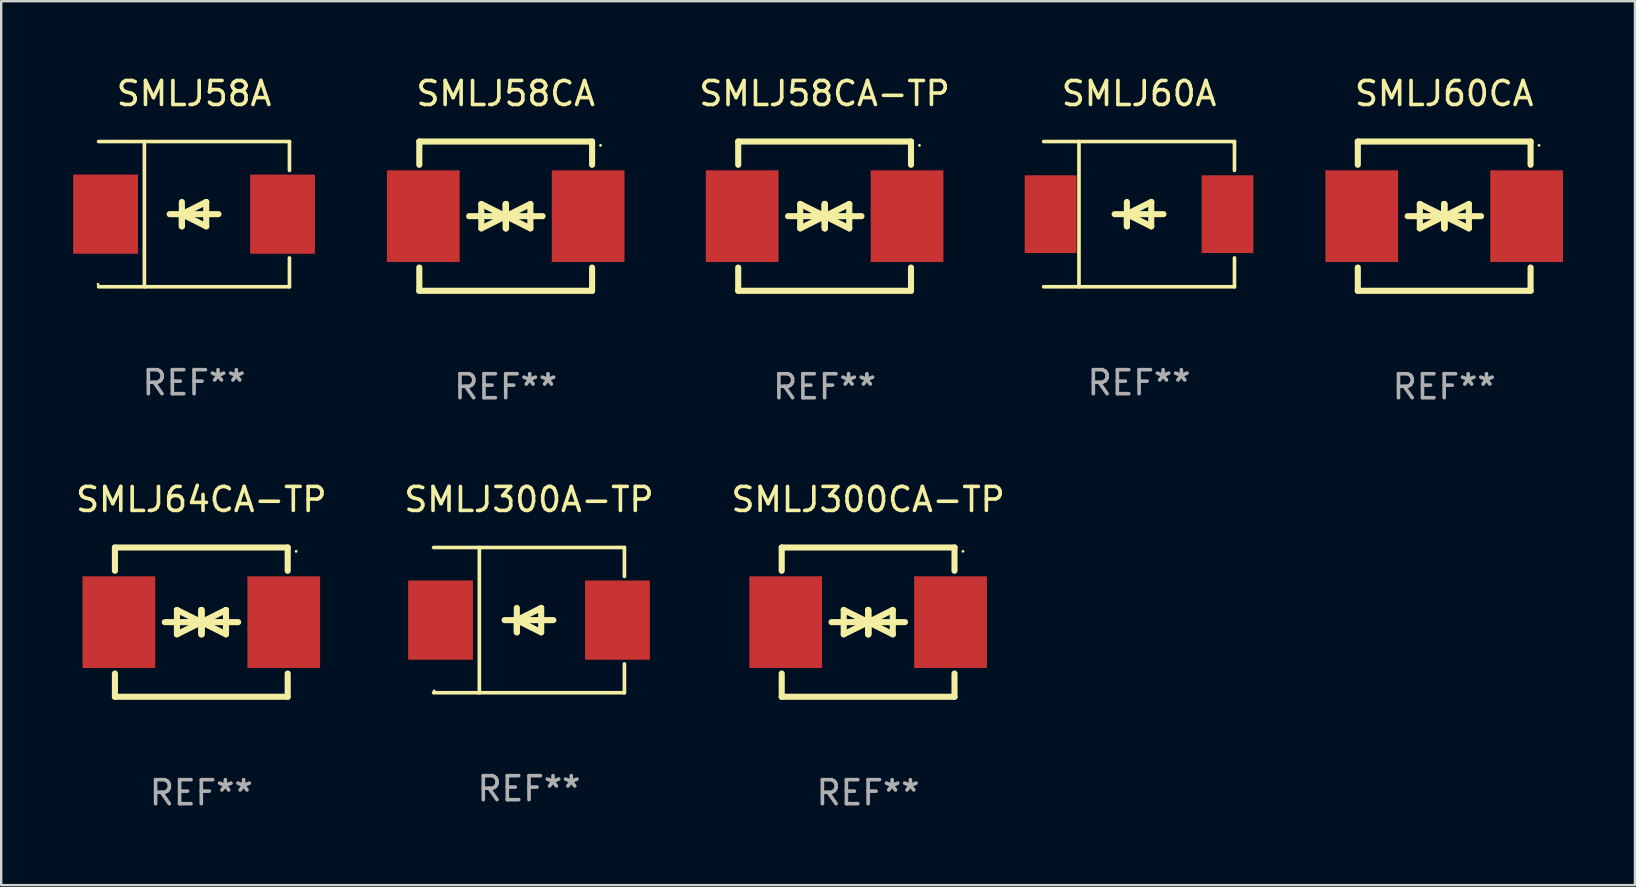
<source format=kicad_pcb>
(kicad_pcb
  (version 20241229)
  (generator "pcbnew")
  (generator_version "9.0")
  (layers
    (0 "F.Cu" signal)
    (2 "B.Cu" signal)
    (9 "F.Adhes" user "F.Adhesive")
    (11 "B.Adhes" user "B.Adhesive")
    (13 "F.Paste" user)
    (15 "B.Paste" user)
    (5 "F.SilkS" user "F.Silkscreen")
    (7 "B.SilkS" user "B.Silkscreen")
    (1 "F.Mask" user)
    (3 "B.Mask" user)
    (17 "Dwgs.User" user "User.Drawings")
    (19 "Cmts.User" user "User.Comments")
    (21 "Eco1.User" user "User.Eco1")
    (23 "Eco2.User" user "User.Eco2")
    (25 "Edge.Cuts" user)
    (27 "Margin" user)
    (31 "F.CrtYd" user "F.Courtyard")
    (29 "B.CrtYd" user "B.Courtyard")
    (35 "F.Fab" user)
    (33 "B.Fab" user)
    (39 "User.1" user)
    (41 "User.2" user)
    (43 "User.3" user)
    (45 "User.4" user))
  (footprint "SMLJ58CA"
    (layer "F.Cu")
    (at 18.023 5.958)
    (property "Reference" "SMLJ58CA" (at 0 -5.11 0) (layer "F.SilkS") (effects (font (size 1 1) (thickness 0.15))))
    (attr through_hole)
    (fp_line (start -3.6 -2.141) (end -3.6 -3.11) (stroke (width 0.254) (type solid)) (layer "F.SilkS"))
    (fp_line (start -3.6 3.11) (end -3.6 2.141) (stroke (width 0.254) (type solid)) (layer "F.SilkS"))
    (fp_line (start -1.524 0) (end 0.508 0) (stroke (width 0.254) (type solid)) (layer "F.SilkS"))
    (fp_line (start -1.016 -0.508) (end -1.016 0.508) (stroke (width 0.254) (type solid)) (layer "F.SilkS"))
    (fp_line (start -1.016 0.508) (end 0 0) (stroke (width 0.254) (type solid)) (layer "F.SilkS"))
    (fp_line (start 0 -0.508) (end 0 0.508) (stroke (width 0.254) (type solid)) (layer "F.SilkS"))
    (fp_line (start 0 0) (end -1.016 -0.508) (stroke (width 0.254) (type solid)) (layer "F.SilkS"))
    (fp_line (start 0 0) (end 0 -0.508) (stroke (width 0.254) (type solid)) (layer "F.SilkS"))
    (fp_line (start 0.012 0) (end 0.012 0.508) (stroke (width 0.254) (type solid)) (layer "F.SilkS"))
    (fp_line (start 0.012 0) (end 1.028 0.508) (stroke (width 0.254) (type solid)) (layer "F.SilkS"))
    (fp_line (start 0.012 0.508) (end 0.012 -0.508) (stroke (width 0.254) (type solid)) (layer "F.SilkS"))
    (fp_line (start 1.028 -0.508) (end 0.012 0) (stroke (width 0.254) (type solid)) (layer "F.SilkS"))
    (fp_line (start 1.028 0.508) (end 1.028 -0.508) (stroke (width 0.254) (type solid)) (layer "F.SilkS"))
    (fp_line (start 1.536 0) (end -0.496 0) (stroke (width 0.254) (type solid)) (layer "F.SilkS"))
    (fp_line (start 3.6 -3.11) (end -3.6 -3.11) (stroke (width 0.254) (type solid)) (layer "F.SilkS"))
    (fp_line (start 3.6 -2.141) (end 3.6 -3.11) (stroke (width 0.254) (type solid)) (layer "F.SilkS"))
    (fp_line (start 3.6 3.11) (end -3.6 3.11) (stroke (width 0.254) (type solid)) (layer "F.SilkS"))
    (fp_line (start 3.6 3.11) (end 3.6 2.141) (stroke (width 0.254) (type solid)) (layer "F.SilkS"))
    (fp_circle (center 3.952 -2.95) (end 3.982 -2.95) (stroke (width 0.06) (type solid)) (fill no) (layer "F.SilkS"))
    (fp_text user "REF**" (at 0 7.11 0) (layer "F.Fab") (effects (font (size 1 1) (thickness 0.15))))
    (pad "1" smd rect (at 3.435 0) (size 3.03 3.82) (layers "F.Cu" "F.Mask" "F.Paste"))
    (pad "2" smd rect (at -3.435 0) (size 3.03 3.82) (layers "F.Cu" "F.Mask" "F.Paste")))
  (footprint "SMLJ58A"
    (layer "F.Cu")
    (at 5.036 5.874)
    (property "Reference" "SMLJ58A" (at 0 -5.026 0) (layer "F.SilkS") (effects (font (size 1 1) (thickness 0.15))))
    (attr through_hole)
    (fp_line (start -3.976 -3.026) (end 3.976 -3.026) (stroke (width 0.152) (type solid)) (layer "F.SilkS"))
    (fp_line (start -3.976 3.026) (end 3.976 3.026) (stroke (width 0.152) (type solid)) (layer "F.SilkS"))
    (fp_line (start -2.069 -3.026) (end -2.069 3.026) (stroke (width 0.152) (type solid)) (layer "F.SilkS"))
    (fp_line (start -0.508 0) (end -0.508 0.508) (stroke (width 0.254) (type solid)) (layer "F.SilkS"))
    (fp_line (start -0.508 0) (end 0.508 0.508) (stroke (width 0.254) (type solid)) (layer "F.SilkS"))
    (fp_line (start -0.508 0.508) (end -0.508 -0.508) (stroke (width 0.254) (type solid)) (layer "F.SilkS"))
    (fp_line (start 0.508 -0.508) (end -0.508 0) (stroke (width 0.254) (type solid)) (layer "F.SilkS"))
    (fp_line (start 0.508 0.508) (end 0.508 -0.508) (stroke (width 0.254) (type solid)) (layer "F.SilkS"))
    (fp_line (start 1.016 0) (end -1.016 0) (stroke (width 0.254) (type solid)) (layer "F.SilkS"))
    (fp_line (start 3.976 -3.026) (end 3.976 -1.823) (stroke (width 0.152) (type solid)) (layer "F.SilkS"))
    (fp_line (start 3.976 3.026) (end 3.976 1.823) (stroke (width 0.152) (type solid)) (layer "F.SilkS"))
    (fp_circle (center -4.001 2.921) (end -3.971 2.921) (stroke (width 0.06) (type solid)) (fill no) (layer "F.SilkS"))
    (fp_text user "REF**" (at 0 7.026 0) (layer "F.Fab") (effects (font (size 1 1) (thickness 0.15))))
    (pad "1" smd rect (at -3.686 0) (size 2.7 3.3) (layers "F.Cu" "F.Mask" "F.Paste"))
    (pad "2" smd rect (at 3.686 0) (size 2.7 3.3) (layers "F.Cu" "F.Mask" "F.Paste")))
  (footprint "SMLJ64CA-TP"
    (layer "F.Cu")
    (at 5.339 22.875)
    (property "Reference" "SMLJ64CA-TP" (at 0 -5.11 0) (layer "F.SilkS") (effects (font (size 1 1) (thickness 0.15))))
    (attr through_hole)
    (fp_line (start -3.6 -2.141) (end -3.6 -3.11) (stroke (width 0.254) (type solid)) (layer "F.SilkS"))
    (fp_line (start -3.6 3.11) (end -3.6 2.141) (stroke (width 0.254) (type solid)) (layer "F.SilkS"))
    (fp_line (start -1.524 0) (end 0.508 0) (stroke (width 0.254) (type solid)) (layer "F.SilkS"))
    (fp_line (start -1.016 -0.508) (end -1.016 0.508) (stroke (width 0.254) (type solid)) (layer "F.SilkS"))
    (fp_line (start -1.016 0.508) (end 0 0) (stroke (width 0.254) (type solid)) (layer "F.SilkS"))
    (fp_line (start 0 -0.508) (end 0 0.508) (stroke (width 0.254) (type solid)) (layer "F.SilkS"))
    (fp_line (start 0 0) (end -1.016 -0.508) (stroke (width 0.254) (type solid)) (layer "F.SilkS"))
    (fp_line (start 0 0) (end 0 -0.508) (stroke (width 0.254) (type solid)) (layer "F.SilkS"))
    (fp_line (start 0.012 0) (end 0.012 0.508) (stroke (width 0.254) (type solid)) (layer "F.SilkS"))
    (fp_line (start 0.012 0) (end 1.028 0.508) (stroke (width 0.254) (type solid)) (layer "F.SilkS"))
    (fp_line (start 0.012 0.508) (end 0.012 -0.508) (stroke (width 0.254) (type solid)) (layer "F.SilkS"))
    (fp_line (start 1.028 -0.508) (end 0.012 0) (stroke (width 0.254) (type solid)) (layer "F.SilkS"))
    (fp_line (start 1.028 0.508) (end 1.028 -0.508) (stroke (width 0.254) (type solid)) (layer "F.SilkS"))
    (fp_line (start 1.536 0) (end -0.496 0) (stroke (width 0.254) (type solid)) (layer "F.SilkS"))
    (fp_line (start 3.6 -3.11) (end -3.6 -3.11) (stroke (width 0.254) (type solid)) (layer "F.SilkS"))
    (fp_line (start 3.6 -2.141) (end 3.6 -3.11) (stroke (width 0.254) (type solid)) (layer "F.SilkS"))
    (fp_line (start 3.6 3.11) (end -3.6 3.11) (stroke (width 0.254) (type solid)) (layer "F.SilkS"))
    (fp_line (start 3.6 3.11) (end 3.6 2.141) (stroke (width 0.254) (type solid)) (layer "F.SilkS"))
    (fp_circle (center 3.952 -2.95) (end 3.982 -2.95) (stroke (width 0.06) (type solid)) (fill no) (layer "F.SilkS"))
    (fp_text user "REF**" (at 0 7.11 0) (layer "F.Fab") (effects (font (size 1 1) (thickness 0.15))))
    (pad "1" smd rect (at 3.435 0) (size 3.03 3.82) (layers "F.Cu" "F.Mask" "F.Paste"))
    (pad "2" smd rect (at -3.435 0) (size 3.03 3.82) (layers "F.Cu" "F.Mask" "F.Paste")))
  (footprint "SMLJ300CA-TP"
    (layer "F.Cu")
    (at 33.125 22.875)
    (property "Reference" "SMLJ300CA-TP" (at 0 -5.11 0) (layer "F.SilkS") (effects (font (size 1 1) (thickness 0.15))))
    (attr through_hole)
    (fp_line (start -3.6 -2.141) (end -3.6 -3.11) (stroke (width 0.254) (type solid)) (layer "F.SilkS"))
    (fp_line (start -3.6 3.11) (end -3.6 2.141) (stroke (width 0.254) (type solid)) (layer "F.SilkS"))
    (fp_line (start -1.524 0) (end 0.508 0) (stroke (width 0.254) (type solid)) (layer "F.SilkS"))
    (fp_line (start -1.016 -0.508) (end -1.016 0.508) (stroke (width 0.254) (type solid)) (layer "F.SilkS"))
    (fp_line (start -1.016 0.508) (end 0 0) (stroke (width 0.254) (type solid)) (layer "F.SilkS"))
    (fp_line (start 0 -0.508) (end 0 0.508) (stroke (width 0.254) (type solid)) (layer "F.SilkS"))
    (fp_line (start 0 0) (end -1.016 -0.508) (stroke (width 0.254) (type solid)) (layer "F.SilkS"))
    (fp_line (start 0 0) (end 0 -0.508) (stroke (width 0.254) (type solid)) (layer "F.SilkS"))
    (fp_line (start 0.012 0) (end 0.012 0.508) (stroke (width 0.254) (type solid)) (layer "F.SilkS"))
    (fp_line (start 0.012 0) (end 1.028 0.508) (stroke (width 0.254) (type solid)) (layer "F.SilkS"))
    (fp_line (start 0.012 0.508) (end 0.012 -0.508) (stroke (width 0.254) (type solid)) (layer "F.SilkS"))
    (fp_line (start 1.028 -0.508) (end 0.012 0) (stroke (width 0.254) (type solid)) (layer "F.SilkS"))
    (fp_line (start 1.028 0.508) (end 1.028 -0.508) (stroke (width 0.254) (type solid)) (layer "F.SilkS"))
    (fp_line (start 1.536 0) (end -0.496 0) (stroke (width 0.254) (type solid)) (layer "F.SilkS"))
    (fp_line (start 3.6 -3.11) (end -3.6 -3.11) (stroke (width 0.254) (type solid)) (layer "F.SilkS"))
    (fp_line (start 3.6 -2.141) (end 3.6 -3.11) (stroke (width 0.254) (type solid)) (layer "F.SilkS"))
    (fp_line (start 3.6 3.11) (end -3.6 3.11) (stroke (width 0.254) (type solid)) (layer "F.SilkS"))
    (fp_line (start 3.6 3.11) (end 3.6 2.141) (stroke (width 0.254) (type solid)) (layer "F.SilkS"))
    (fp_circle (center 3.952 -2.95) (end 3.982 -2.95) (stroke (width 0.06) (type solid)) (fill no) (layer "F.SilkS"))
    (fp_text user "REF**" (at 0 7.11 0) (layer "F.Fab") (effects (font (size 1 1) (thickness 0.15))))
    (pad "1" smd rect (at 3.435 0) (size 3.03 3.82) (layers "F.Cu" "F.Mask" "F.Paste"))
    (pad "2" smd rect (at -3.435 0) (size 3.03 3.82) (layers "F.Cu" "F.Mask" "F.Paste")))
  (footprint "SMLJ60A"
    (layer "F.Cu")
    (at 44.416 5.874)
    (property "Reference" "SMLJ60A" (at 0 -5.026 0) (layer "F.SilkS") (effects (font (size 1 1) (thickness 0.15))))
    (attr through_hole)
    (fp_line (start -3.976 -3.026) (end 3.976 -3.026) (stroke (width 0.152) (type solid)) (layer "F.SilkS"))
    (fp_line (start -3.976 3.026) (end 3.976 3.026) (stroke (width 0.152) (type solid)) (layer "F.SilkS"))
    (fp_line (start -2.504 -3.026) (end -2.504 3.026) (stroke (width 0.152) (type solid)) (layer "F.SilkS"))
    (fp_line (start -0.508 0) (end -0.508 0.508) (stroke (width 0.254) (type solid)) (layer "F.SilkS"))
    (fp_line (start -0.508 0) (end 0.508 0.508) (stroke (width 0.254) (type solid)) (layer "F.SilkS"))
    (fp_line (start -0.508 0.508) (end -0.508 -0.508) (stroke (width 0.254) (type solid)) (layer "F.SilkS"))
    (fp_line (start 0.508 -0.508) (end -0.508 0) (stroke (width 0.254) (type solid)) (layer "F.SilkS"))
    (fp_line (start 0.508 0.508) (end 0.508 -0.508) (stroke (width 0.254) (type solid)) (layer "F.SilkS"))
    (fp_line (start 1.016 0) (end -1.016 0) (stroke (width 0.254) (type solid)) (layer "F.SilkS"))
    (fp_line (start 3.976 -3.026) (end 3.976 -1.823) (stroke (width 0.152) (type solid)) (layer "F.SilkS"))
    (fp_line (start 3.976 3.026) (end 3.976 1.823) (stroke (width 0.152) (type solid)) (layer "F.SilkS"))
    (fp_circle (center 3.95 -2.95) (end 3.98 -2.95) (stroke (width 0.06) (type solid)) (fill no) (layer "F.SilkS"))
    (fp_text user "REF**" (at 0 7.026 0) (layer "F.Fab") (effects (font (size 1 1) (thickness 0.15))))
    (pad "1" smd rect (at 3.686 0 180) (size 2.158 3.24) (layers "F.Cu" "F.Mask" "F.Paste"))
    (pad "2" smd rect (at -3.686 0 180) (size 2.158 3.24) (layers "F.Cu" "F.Mask" "F.Paste")))
  (footprint "SMLJ58CA-TP"
    (layer "F.Cu")
    (at 31.312 5.958)
    (property "Reference" "SMLJ58CA-TP" (at 0 -5.11 0) (layer "F.SilkS") (effects (font (size 1 1) (thickness 0.15))))
    (attr through_hole)
    (fp_line (start -3.6 -2.141) (end -3.6 -3.11) (stroke (width 0.254) (type solid)) (layer "F.SilkS"))
    (fp_line (start -3.6 3.11) (end -3.6 2.141) (stroke (width 0.254) (type solid)) (layer "F.SilkS"))
    (fp_line (start -1.524 0) (end 0.508 0) (stroke (width 0.254) (type solid)) (layer "F.SilkS"))
    (fp_line (start -1.016 -0.508) (end -1.016 0.508) (stroke (width 0.254) (type solid)) (layer "F.SilkS"))
    (fp_line (start -1.016 0.508) (end 0 0) (stroke (width 0.254) (type solid)) (layer "F.SilkS"))
    (fp_line (start 0 -0.508) (end 0 0.508) (stroke (width 0.254) (type solid)) (layer "F.SilkS"))
    (fp_line (start 0 0) (end -1.016 -0.508) (stroke (width 0.254) (type solid)) (layer "F.SilkS"))
    (fp_line (start 0 0) (end 0 -0.508) (stroke (width 0.254) (type solid)) (layer "F.SilkS"))
    (fp_line (start 0.012 0) (end 0.012 0.508) (stroke (width 0.254) (type solid)) (layer "F.SilkS"))
    (fp_line (start 0.012 0) (end 1.028 0.508) (stroke (width 0.254) (type solid)) (layer "F.SilkS"))
    (fp_line (start 0.012 0.508) (end 0.012 -0.508) (stroke (width 0.254) (type solid)) (layer "F.SilkS"))
    (fp_line (start 1.028 -0.508) (end 0.012 0) (stroke (width 0.254) (type solid)) (layer "F.SilkS"))
    (fp_line (start 1.028 0.508) (end 1.028 -0.508) (stroke (width 0.254) (type solid)) (layer "F.SilkS"))
    (fp_line (start 1.536 0) (end -0.496 0) (stroke (width 0.254) (type solid)) (layer "F.SilkS"))
    (fp_line (start 3.6 -3.11) (end -3.6 -3.11) (stroke (width 0.254) (type solid)) (layer "F.SilkS"))
    (fp_line (start 3.6 -2.141) (end 3.6 -3.11) (stroke (width 0.254) (type solid)) (layer "F.SilkS"))
    (fp_line (start 3.6 3.11) (end -3.6 3.11) (stroke (width 0.254) (type solid)) (layer "F.SilkS"))
    (fp_line (start 3.6 3.11) (end 3.6 2.141) (stroke (width 0.254) (type solid)) (layer "F.SilkS"))
    (fp_circle (center 3.952 -2.95) (end 3.982 -2.95) (stroke (width 0.06) (type solid)) (fill no) (layer "F.SilkS"))
    (fp_text user "REF**" (at 0 7.11 0) (layer "F.Fab") (effects (font (size 1 1) (thickness 0.15))))
    (pad "1" smd rect (at 3.435 0) (size 3.03 3.82) (layers "F.Cu" "F.Mask" "F.Paste"))
    (pad "2" smd rect (at -3.435 0) (size 3.03 3.82) (layers "F.Cu" "F.Mask" "F.Paste")))
  (footprint "SMLJ300A-TP"
    (layer "F.Cu")
    (at 18.994 22.791)
    (property "Reference" "SMLJ300A-TP" (at 0 -5.026 0) (layer "F.SilkS") (effects (font (size 1 1) (thickness 0.15))))
    (attr through_hole)
    (fp_line (start -3.976 -3.026) (end 3.976 -3.026) (stroke (width 0.152) (type solid)) (layer "F.SilkS"))
    (fp_line (start -3.976 3.026) (end 3.976 3.026) (stroke (width 0.152) (type solid)) (layer "F.SilkS"))
    (fp_line (start -2.069 -3.026) (end -2.069 3.026) (stroke (width 0.152) (type solid)) (layer "F.SilkS"))
    (fp_line (start -0.508 0) (end -0.508 0.508) (stroke (width 0.254) (type solid)) (layer "F.SilkS"))
    (fp_line (start -0.508 0) (end 0.508 0.508) (stroke (width 0.254) (type solid)) (layer "F.SilkS"))
    (fp_line (start -0.508 0.508) (end -0.508 -0.508) (stroke (width 0.254) (type solid)) (layer "F.SilkS"))
    (fp_line (start 0.508 -0.508) (end -0.508 0) (stroke (width 0.254) (type solid)) (layer "F.SilkS"))
    (fp_line (start 0.508 0.508) (end 0.508 -0.508) (stroke (width 0.254) (type solid)) (layer "F.SilkS"))
    (fp_line (start 1.016 0) (end -1.016 0) (stroke (width 0.254) (type solid)) (layer "F.SilkS"))
    (fp_line (start 3.976 -3.026) (end 3.976 -1.823) (stroke (width 0.152) (type solid)) (layer "F.SilkS"))
    (fp_line (start 3.976 3.026) (end 3.976 1.823) (stroke (width 0.152) (type solid)) (layer "F.SilkS"))
    (fp_circle (center -3.95 2.95) (end -3.92 2.95) (stroke (width 0.06) (type solid)) (fill no) (layer "F.SilkS"))
    (fp_text user "REF**" (at 0 7.026 0) (layer "F.Fab") (effects (font (size 1 1) (thickness 0.15))))
    (pad "1" smd rect (at -3.686 0) (size 2.7 3.3) (layers "F.Cu" "F.Mask" "F.Paste"))
    (pad "2" smd rect (at 3.686 0) (size 2.7 3.3) (layers "F.Cu" "F.Mask" "F.Paste")))
  (footprint "SMLJ60CA"
    (layer "F.Cu")
    (at 57.131 5.958)
    (property "Reference" "SMLJ60CA" (at 0 -5.11 0) (layer "F.SilkS") (effects (font (size 1 1) (thickness 0.15))))
    (attr through_hole)
    (fp_line (start -3.6 -2.141) (end -3.6 -3.11) (stroke (width 0.254) (type solid)) (layer "F.SilkS"))
    (fp_line (start -3.6 3.11) (end -3.6 2.141) (stroke (width 0.254) (type solid)) (layer "F.SilkS"))
    (fp_line (start -1.524 0) (end 0.508 0) (stroke (width 0.254) (type solid)) (layer "F.SilkS"))
    (fp_line (start -1.016 -0.508) (end -1.016 0.508) (stroke (width 0.254) (type solid)) (layer "F.SilkS"))
    (fp_line (start -1.016 0.508) (end 0 0) (stroke (width 0.254) (type solid)) (layer "F.SilkS"))
    (fp_line (start 0 -0.508) (end 0 0.508) (stroke (width 0.254) (type solid)) (layer "F.SilkS"))
    (fp_line (start 0 0) (end -1.016 -0.508) (stroke (width 0.254) (type solid)) (layer "F.SilkS"))
    (fp_line (start 0 0) (end 0 -0.508) (stroke (width 0.254) (type solid)) (layer "F.SilkS"))
    (fp_line (start 0.012 0) (end 0.012 0.508) (stroke (width 0.254) (type solid)) (layer "F.SilkS"))
    (fp_line (start 0.012 0) (end 1.028 0.508) (stroke (width 0.254) (type solid)) (layer "F.SilkS"))
    (fp_line (start 0.012 0.508) (end 0.012 -0.508) (stroke (width 0.254) (type solid)) (layer "F.SilkS"))
    (fp_line (start 1.028 -0.508) (end 0.012 0) (stroke (width 0.254) (type solid)) (layer "F.SilkS"))
    (fp_line (start 1.028 0.508) (end 1.028 -0.508) (stroke (width 0.254) (type solid)) (layer "F.SilkS"))
    (fp_line (start 1.536 0) (end -0.496 0) (stroke (width 0.254) (type solid)) (layer "F.SilkS"))
    (fp_line (start 3.6 -3.11) (end -3.6 -3.11) (stroke (width 0.254) (type solid)) (layer "F.SilkS"))
    (fp_line (start 3.6 -2.141) (end 3.6 -3.11) (stroke (width 0.254) (type solid)) (layer "F.SilkS"))
    (fp_line (start 3.6 3.11) (end -3.6 3.11) (stroke (width 0.254) (type solid)) (layer "F.SilkS"))
    (fp_line (start 3.6 3.11) (end 3.6 2.141) (stroke (width 0.254) (type solid)) (layer "F.SilkS"))
    (fp_circle (center 3.952 -2.95) (end 3.982 -2.95) (stroke (width 0.06) (type solid)) (fill no) (layer "F.SilkS"))
    (fp_text user "REF**" (at 0 7.11 0) (layer "F.Fab") (effects (font (size 1 1) (thickness 0.15))))
    (pad "1" smd rect (at 3.435 0) (size 3.03 3.82) (layers "F.Cu" "F.Mask" "F.Paste"))
    (pad "2" smd rect (at -3.435 0) (size 3.03 3.82) (layers "F.Cu" "F.Mask" "F.Paste")))
  (gr_rect
    (start -3 -3)
    (end 65.081 33.833)
    (stroke (width 0.1) (type default))
    (fill no)
    (layer "Edge.Cuts")))
</source>
